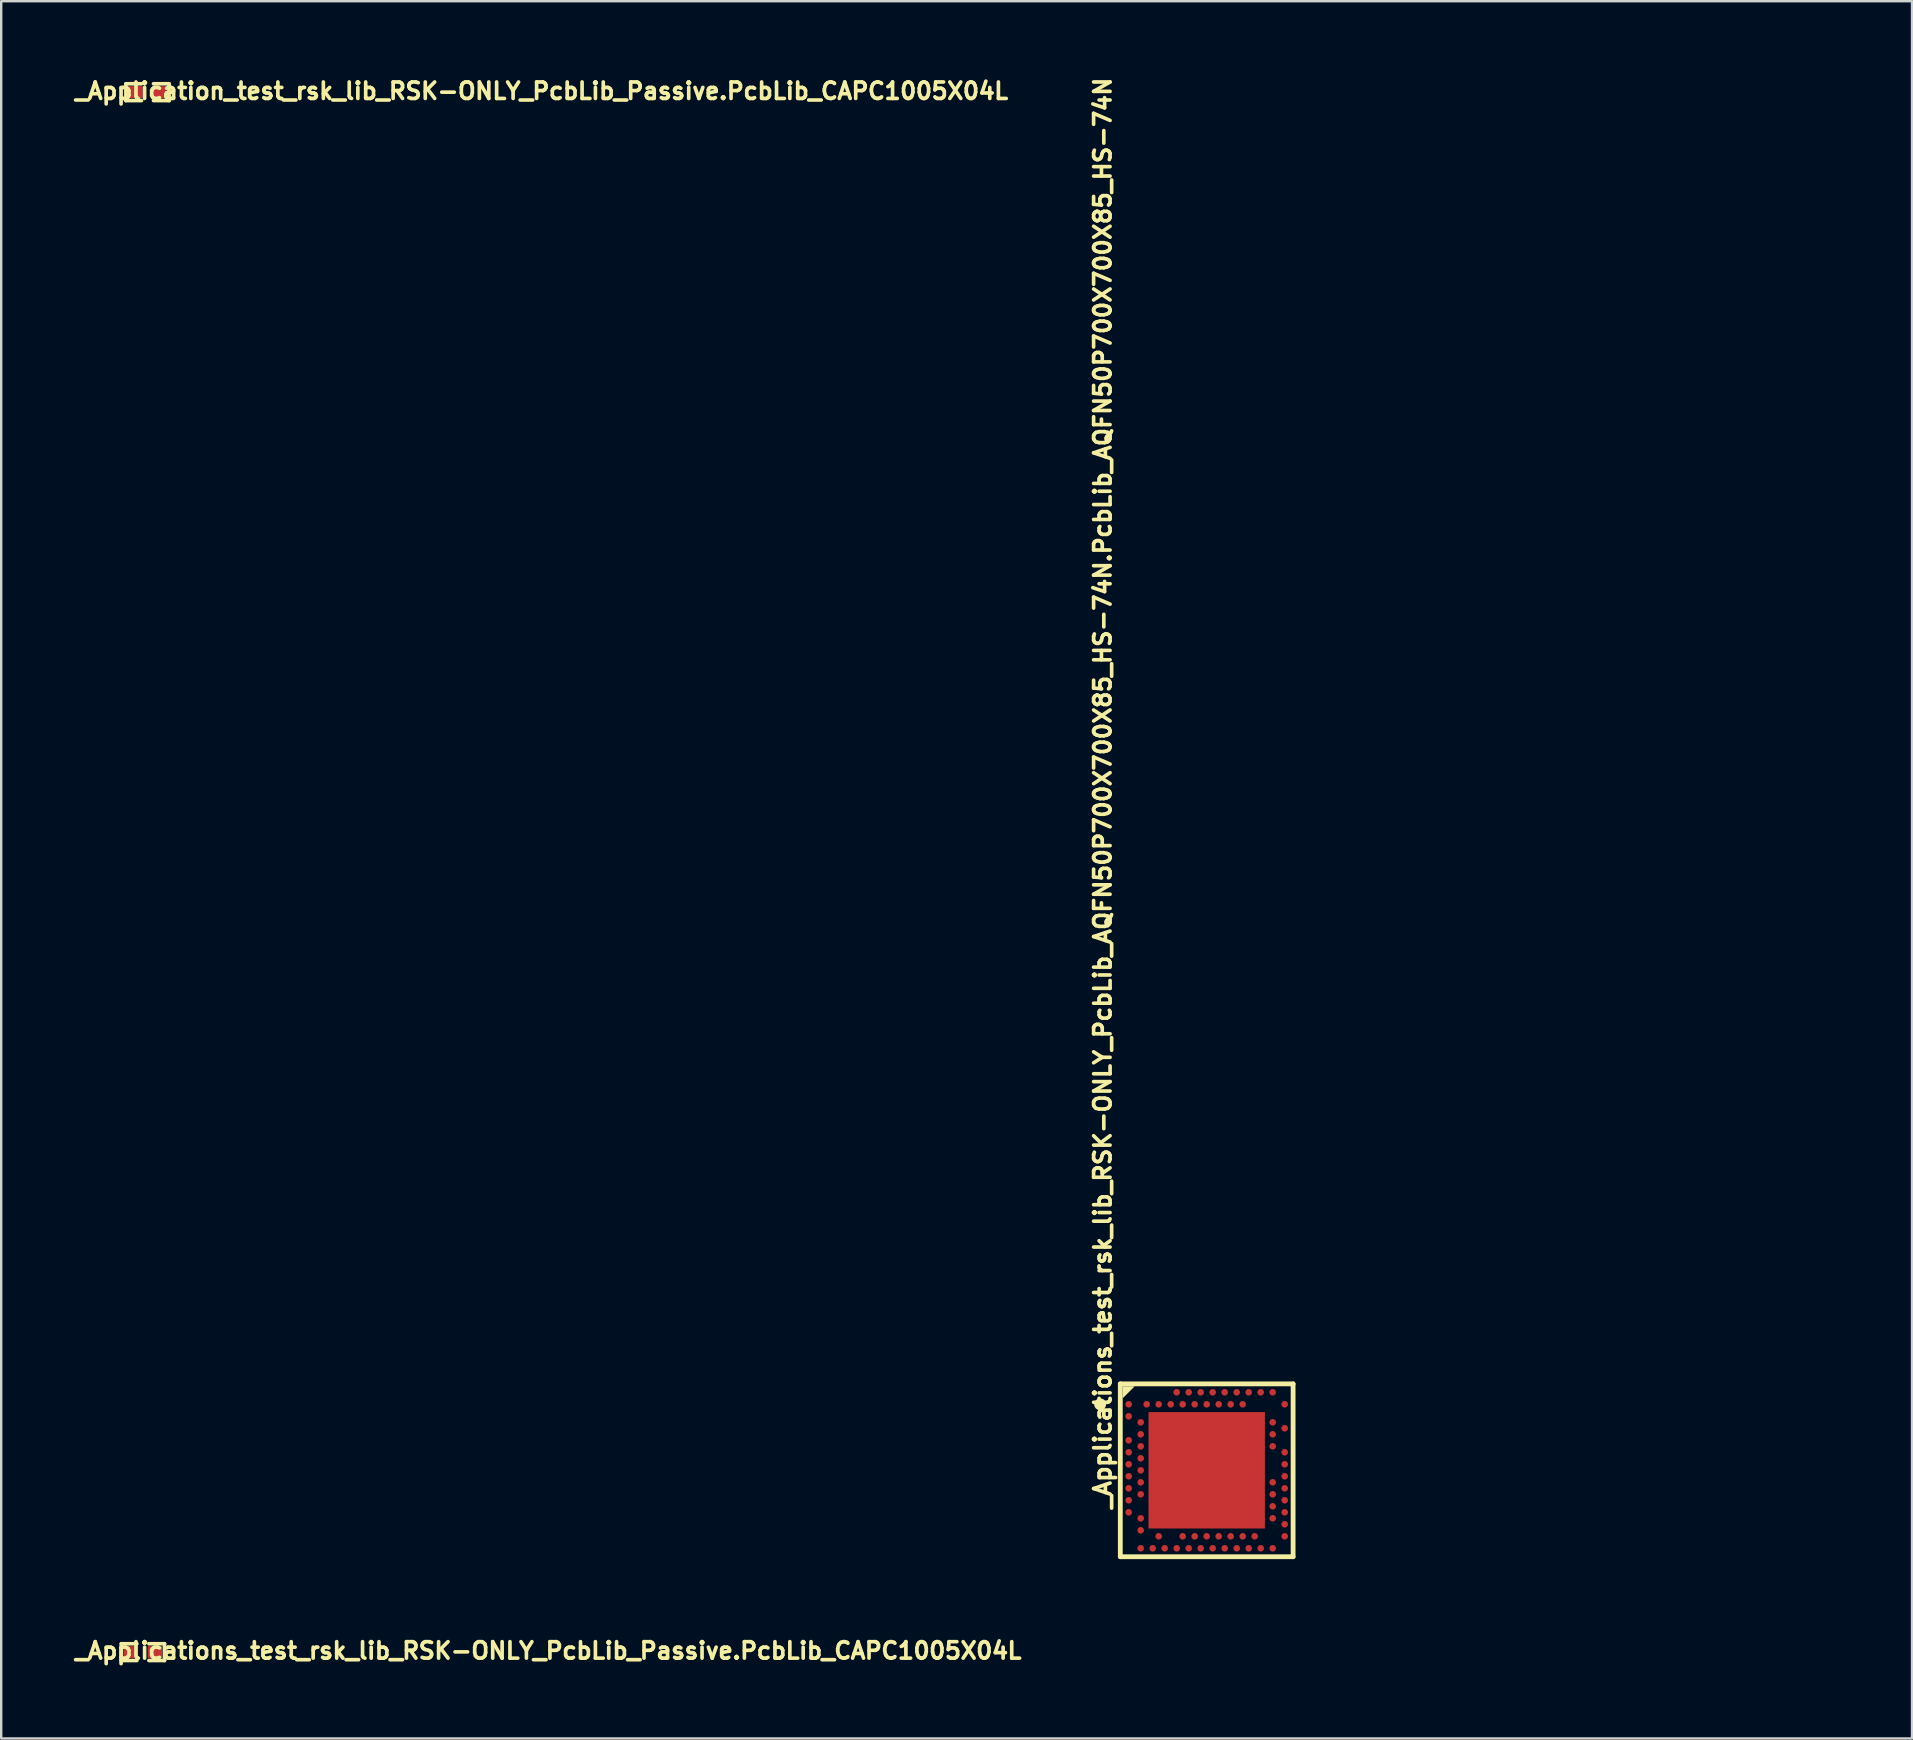
<source format=kicad_pcb>
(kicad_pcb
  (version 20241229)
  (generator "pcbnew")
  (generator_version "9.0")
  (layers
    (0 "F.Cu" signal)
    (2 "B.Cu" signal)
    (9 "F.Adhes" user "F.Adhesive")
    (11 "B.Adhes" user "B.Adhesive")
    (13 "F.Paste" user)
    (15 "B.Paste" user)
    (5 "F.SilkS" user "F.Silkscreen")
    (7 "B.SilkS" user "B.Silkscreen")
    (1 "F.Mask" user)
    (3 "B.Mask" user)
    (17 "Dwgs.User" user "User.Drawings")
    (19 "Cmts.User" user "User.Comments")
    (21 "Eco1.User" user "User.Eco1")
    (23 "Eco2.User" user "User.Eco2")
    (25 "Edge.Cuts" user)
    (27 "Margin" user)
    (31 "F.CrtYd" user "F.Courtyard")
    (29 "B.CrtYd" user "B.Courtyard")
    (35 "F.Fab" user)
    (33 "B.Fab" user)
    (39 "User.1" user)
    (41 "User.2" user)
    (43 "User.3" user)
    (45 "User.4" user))
  (footprint "_Applications_test_rsk_lib_RSK-ONLY_PcbLib_AQFN50P700X700X85_HS-74N.PcbLib_AQFN50P700X700X85_HS-74N"
    (layer "F.Cu")
    (at 47.227 58.21)
    (property "Reference" "_Applications_test_rsk_lib_RSK-ONLY_PcbLib_AQFN50P700X700X85_HS-74N.PcbLib_AQFN50P700X700X85_HS-74N" (at -3.934 1.676 90) (unlocked yes) (layer "F.SilkS") (effects (font (size 0.686 0.686) (thickness 0.152)) (justify left bottom)))
    (fp_line (start -3.6 -3.6) (end 3.6 -3.6) (stroke (width 0.2) (type solid)) (layer "F.SilkS"))
    (fp_line (start -3.6 3.6) (end -3.6 -3.6) (stroke (width 0.2) (type solid)) (layer "F.SilkS"))
    (fp_line (start -3.6 3.6) (end 3.6 3.6) (stroke (width 0.2) (type solid)) (layer "F.SilkS"))
    (fp_line (start 3.6 3.6) (end 3.6 -3.6) (stroke (width 0.2) (type solid)) (layer "F.SilkS"))
    (fp_circle (center -4.44 -2.75) (end -4.44 -2.875) (stroke (width 0.25) (type solid)) (fill no) (layer "F.SilkS"))
    (fp_poly (pts (xy -3 -3.5) (xy -3.5 -3) (xy -3.5 -3.5)) (stroke (width 0) (type default)) (fill yes) (layer "F.SilkS"))
    (fp_line (start -3.75 -3.75) (end 3.75 -3.75) (stroke (width 0.05) (type solid)) (layer "Eco1.User"))
    (fp_line (start -3.75 3.75) (end -3.75 -3.75) (stroke (width 0.05) (type solid)) (layer "Eco1.User"))
    (fp_line (start -3.75 3.75) (end 3.75 3.75) (stroke (width 0.05) (type solid)) (layer "Eco1.User"))
    (fp_line (start -0.5 0) (end 0.5 0) (stroke (width 0.1) (type solid)) (layer "Eco1.User"))
    (fp_line (start 0 0.5) (end 0 -0.5) (stroke (width 0.1) (type solid)) (layer "Eco1.User"))
    (fp_line (start 3.75 3.75) (end 3.75 -3.75) (stroke (width 0.05) (type solid)) (layer "Eco1.User"))
    (fp_line (start -3.5 -3.5) (end 3.5 -3.5) (stroke (width 0.1) (type solid)) (layer "User.7"))
    (fp_line (start -3.5 3.5) (end -3.5 -3.5) (stroke (width 0.1) (type solid)) (layer "User.7"))
    (fp_line (start -3.5 3.5) (end 3.5 3.5) (stroke (width 0.1) (type solid)) (layer "User.7"))
    (fp_line (start 3.5 3.5) (end 3.5 -3.5) (stroke (width 0.1) (type solid)) (layer "User.7"))
    (fp_circle (center -2.5 -2.5) (end -2.5 -2.873) (stroke (width 0.1) (type solid)) (fill no) (layer "User.7"))
    (fp_text user "${REFERENCE}" (at -0.178 0.152 0) (unlocked yes) (layer "User.7") (effects (font (size 0.305 0.305) (thickness 0.051)) (justify left top)))
    (pad "74" smd rect (at 0 0) (size 4.85 4.85) (layers "F.Cu" "F.Mask" "F.Paste"))
    (pad "A8" smd circle (at -1.25 -3.25) (size 0.275 0.275) (layers "F.Cu" "F.Mask" "F.Paste"))
    (pad "A10" smd circle (at -0.75 -3.25) (size 0.275 0.275) (layers "F.Cu" "F.Mask" "F.Paste"))
    (pad "A12" smd circle (at -0.25 -3.25) (size 0.275 0.275) (layers "F.Cu" "F.Mask" "F.Paste"))
    (pad "A14" smd circle (at 0.25 -3.25) (size 0.275 0.275) (layers "F.Cu" "F.Mask" "F.Paste"))
    (pad "A16" smd circle (at 0.75 -3.25) (size 0.275 0.275) (layers "F.Cu" "F.Mask" "F.Paste"))
    (pad "A18" smd circle (at 1.25 -3.25) (size 0.275 0.275) (layers "F.Cu" "F.Mask" "F.Paste"))
    (pad "A20" smd circle (at 1.75 -3.25) (size 0.275 0.275) (layers "F.Cu" "F.Mask" "F.Paste"))
    (pad "A22" smd circle (at 2.25 -3.25) (size 0.275 0.275) (layers "F.Cu" "F.Mask" "F.Paste"))
    (pad "A23" smd circle (at 2.75 -3.25) (size 0.275 0.275) (layers "F.Cu" "F.Mask" "F.Paste"))
    (pad "AA24" smd circle (at 3.25 2.25) (size 0.275 0.275) (layers "F.Cu" "F.Mask" "F.Paste"))
    (pad "AB2" smd circle (at -2.75 2.5) (size 0.275 0.275) (layers "F.Cu" "F.Mask" "F.Paste"))
    (pad "AC5" smd circle (at -2 2.75) (size 0.275 0.275) (layers "F.Cu" "F.Mask" "F.Paste"))
    (pad "AC9" smd circle (at -1 2.75) (size 0.275 0.275) (layers "F.Cu" "F.Mask" "F.Paste"))
    (pad "AC11" smd circle (at -0.5 2.75) (size 0.275 0.275) (layers "F.Cu" "F.Mask" "F.Paste"))
    (pad "AC13" smd circle (at 0 2.75) (size 0.275 0.275) (layers "F.Cu" "F.Mask" "F.Paste"))
    (pad "AC15" smd circle (at 0.5 2.75) (size 0.275 0.275) (layers "F.Cu" "F.Mask" "F.Paste"))
    (pad "AC17" smd circle (at 1 2.75) (size 0.275 0.275) (layers "F.Cu" "F.Mask" "F.Paste"))
    (pad "AC19" smd circle (at 1.5 2.75) (size 0.275 0.275) (layers "F.Cu" "F.Mask" "F.Paste"))
    (pad "AC21" smd circle (at 2 2.75) (size 0.275 0.275) (layers "F.Cu" "F.Mask" "F.Paste"))
    (pad "AC24" smd circle (at 3.25 2.75) (size 0.275 0.275) (layers "F.Cu" "F.Mask" "F.Paste"))
    (pad "AD2" smd circle (at -2.75 3.25) (size 0.275 0.275) (layers "F.Cu" "F.Mask" "F.Paste"))
    (pad "AD4" smd circle (at -2.25 3.25) (size 0.275 0.275) (layers "F.Cu" "F.Mask" "F.Paste"))
    (pad "AD6" smd circle (at -1.75 3.25) (size 0.275 0.275) (layers "F.Cu" "F.Mask" "F.Paste"))
    (pad "AD8" smd circle (at -1.25 3.25) (size 0.275 0.275) (layers "F.Cu" "F.Mask" "F.Paste"))
    (pad "AD10" smd circle (at -0.75 3.25) (size 0.275 0.275) (layers "F.Cu" "F.Mask" "F.Paste"))
    (pad "AD12" smd circle (at -0.25 3.25) (size 0.275 0.275) (layers "F.Cu" "F.Mask" "F.Paste"))
    (pad "AD14" smd circle (at 0.25 3.25) (size 0.275 0.275) (layers "F.Cu" "F.Mask" "F.Paste"))
    (pad "AD16" smd circle (at 0.75 3.25) (size 0.275 0.275) (layers "F.Cu" "F.Mask" "F.Paste"))
    (pad "AD18" smd circle (at 1.25 3.25) (size 0.275 0.275) (layers "F.Cu" "F.Mask" "F.Paste"))
    (pad "AD20" smd circle (at 1.75 3.25) (size 0.275 0.275) (layers "F.Cu" "F.Mask" "F.Paste"))
    (pad "AD22" smd circle (at 2.25 3.25) (size 0.275 0.275) (layers "F.Cu" "F.Mask" "F.Paste"))
    (pad "AD23" smd circle (at 2.75 3.25) (size 0.275 0.275) (layers "F.Cu" "F.Mask" "F.Paste"))
    (pad "B1" smd circle (at -3.25 -2.75) (size 0.275 0.275) (layers "F.Cu" "F.Mask" "F.Paste"))
    (pad "B3" smd circle (at -2.5 -2.75) (size 0.275 0.275) (layers "F.Cu" "F.Mask" "F.Paste"))
    (pad "B5" smd circle (at -2 -2.75) (size 0.275 0.275) (layers "F.Cu" "F.Mask" "F.Paste"))
    (pad "B7" smd circle (at -1.5 -2.75) (size 0.275 0.275) (layers "F.Cu" "F.Mask" "F.Paste"))
    (pad "B9" smd circle (at -1 -2.75) (size 0.275 0.275) (layers "F.Cu" "F.Mask" "F.Paste"))
    (pad "B11" smd circle (at -0.5 -2.75) (size 0.275 0.275) (layers "F.Cu" "F.Mask" "F.Paste"))
    (pad "B13" smd circle (at 0 -2.75) (size 0.275 0.275) (layers "F.Cu" "F.Mask" "F.Paste"))
    (pad "B15" smd circle (at 0.5 -2.75) (size 0.275 0.275) (layers "F.Cu" "F.Mask" "F.Paste"))
    (pad "B17" smd circle (at 1 -2.75) (size 0.275 0.275) (layers "F.Cu" "F.Mask" "F.Paste"))
    (pad "B19" smd circle (at 1.5 -2.75) (size 0.275 0.275) (layers "F.Cu" "F.Mask" "F.Paste"))
    (pad "B24" smd circle (at 3.25 -2.75) (size 0.275 0.275) (layers "F.Cu" "F.Mask" "F.Paste"))
    (pad "C1" smd circle (at -3.25 -2.25) (size 0.275 0.275) (layers "F.Cu" "F.Mask" "F.Paste"))
    (pad "D2" smd circle (at -2.75 -2) (size 0.275 0.275) (layers "F.Cu" "F.Mask" "F.Paste"))
    (pad "D23" smd circle (at 2.75 -2) (size 0.275 0.275) (layers "F.Cu" "F.Mask" "F.Paste"))
    (pad "E24" smd circle (at 3.25 -1.75) (size 0.275 0.275) (layers "F.Cu" "F.Mask" "F.Paste"))
    (pad "F2" smd circle (at -2.75 -1.5) (size 0.275 0.275) (layers "F.Cu" "F.Mask" "F.Paste"))
    (pad "F23" smd circle (at 2.75 -1.5) (size 0.275 0.275) (layers "F.Cu" "F.Mask" "F.Paste"))
    (pad "G1" smd circle (at -3.25 -1.25) (size 0.275 0.275) (layers "F.Cu" "F.Mask" "F.Paste"))
    (pad "H2" smd circle (at -2.75 -1) (size 0.275 0.275) (layers "F.Cu" "F.Mask" "F.Paste"))
    (pad "H23" smd circle (at 2.75 -1) (size 0.275 0.275) (layers "F.Cu" "F.Mask" "F.Paste"))
    (pad "J1" smd circle (at -3.25 -0.75) (size 0.275 0.275) (layers "F.Cu" "F.Mask" "F.Paste"))
    (pad "J24" smd circle (at 3.25 -0.75) (size 0.275 0.275) (layers "F.Cu" "F.Mask" "F.Paste"))
    (pad "K2" smd circle (at -2.75 -0.5) (size 0.275 0.275) (layers "F.Cu" "F.Mask" "F.Paste"))
    (pad "L1" smd circle (at -3.25 -0.25) (size 0.275 0.275) (layers "F.Cu" "F.Mask" "F.Paste"))
    (pad "L24" smd circle (at 3.25 -0.25) (size 0.275 0.275) (layers "F.Cu" "F.Mask" "F.Paste"))
    (pad "M2" smd circle (at -2.75 0) (size 0.275 0.275) (layers "F.Cu" "F.Mask" "F.Paste"))
    (pad "N1" smd circle (at -3.25 0.25) (size 0.275 0.275) (layers "F.Cu" "F.Mask" "F.Paste"))
    (pad "N24" smd circle (at 3.25 0.25) (size 0.275 0.275) (layers "F.Cu" "F.Mask" "F.Paste"))
    (pad "P2" smd circle (at -2.75 0.5) (size 0.275 0.275) (layers "F.Cu" "F.Mask" "F.Paste"))
    (pad "P23" smd circle (at 2.75 0.5) (size 0.275 0.275) (layers "F.Cu" "F.Mask" "F.Paste"))
    (pad "R1" smd circle (at -3.25 0.75) (size 0.275 0.275) (layers "F.Cu" "F.Mask" "F.Paste"))
    (pad "R24" smd circle (at 3.25 0.75) (size 0.275 0.275) (layers "F.Cu" "F.Mask" "F.Paste"))
    (pad "T2" smd circle (at -2.75 1) (size 0.275 0.275) (layers "F.Cu" "F.Mask" "F.Paste"))
    (pad "T23" smd circle (at 2.75 1) (size 0.275 0.275) (layers "F.Cu" "F.Mask" "F.Paste"))
    (pad "U1" smd circle (at -3.25 1.25) (size 0.275 0.275) (layers "F.Cu" "F.Mask" "F.Paste"))
    (pad "U24" smd circle (at 3.25 1.25) (size 0.275 0.275) (layers "F.Cu" "F.Mask" "F.Paste"))
    (pad "V23" smd circle (at 2.75 1.5) (size 0.275 0.275) (layers "F.Cu" "F.Mask" "F.Paste"))
    (pad "W1" smd circle (at -3.25 1.75) (size 0.275 0.275) (layers "F.Cu" "F.Mask" "F.Paste"))
    (pad "W24" smd circle (at 3.25 1.75) (size 0.275 0.275) (layers "F.Cu" "F.Mask" "F.Paste"))
    (pad "Y2" smd circle (at -2.75 2) (size 0.275 0.275) (layers "F.Cu" "F.Mask" "F.Paste"))
    (pad "Y23" smd circle (at 2.75 2) (size 0.275 0.275) (layers "F.Cu" "F.Mask" "F.Paste")))
  (footprint "_Application_test_rsk_lib_RSK-ONLY_PcbLib_Passive.PcbLib_CAPC1005X04L"
    (layer "F.Cu")
    (at 3.095 0.791)
    (property "Reference" "_Application_test_rsk_lib_RSK-ONLY_PcbLib_Passive.PcbLib_CAPC1005X04L" (at -3.095 0.352 0) (unlocked yes) (layer "F.SilkS") (effects (font (size 0.686 0.686) (thickness 0.152)) (justify left bottom)))
    (fp_line (start -0.9 -0.35) (end -0.9 0.35) (stroke (width 0.152) (type solid)) (layer "F.SilkS"))
    (fp_line (start -0.9 -0.35) (end -0.25 -0.35) (stroke (width 0.152) (type solid)) (layer "F.SilkS"))
    (fp_line (start -0.9 0.35) (end -0.25 0.35) (stroke (width 0.152) (type solid)) (layer "F.SilkS"))
    (fp_line (start 0.25 -0.35) (end 0.9 -0.35) (stroke (width 0.152) (type solid)) (layer "F.SilkS"))
    (fp_line (start 0.25 0.35) (end 0.9 0.35) (stroke (width 0.152) (type solid)) (layer "F.SilkS"))
    (fp_line (start 0.9 -0.35) (end 0.9 0.35) (stroke (width 0.152) (type solid)) (layer "F.SilkS"))
    (fp_line (start -0.9 -0.35) (end -0.9 0.35) (stroke (width 0.1) (type solid)) (layer "Eco1.User"))
    (fp_line (start -0.9 -0.35) (end 0.9 -0.35) (stroke (width 0.1) (type solid)) (layer "Eco1.User"))
    (fp_line (start -0.9 0.35) (end 0.9 0.35) (stroke (width 0.1) (type solid)) (layer "Eco1.User"))
    (fp_line (start -0.275 0) (end 0.275 0) (stroke (width 0.1) (type solid)) (layer "Eco1.User"))
    (fp_line (start 0 -0.275) (end 0 0.275) (stroke (width 0.1) (type solid)) (layer "Eco1.User"))
    (fp_line (start 0.9 -0.35) (end 0.9 0.35) (stroke (width 0.1) (type solid)) (layer "Eco1.User"))
    (fp_line (start -0.525 -0.275) (end -0.525 0.275) (stroke (width 0.1) (type solid)) (layer "User.7"))
    (fp_line (start -0.525 -0.275) (end 0.525 -0.275) (stroke (width 0.1) (type solid)) (layer "User.7"))
    (fp_line (start -0.525 0.275) (end 0.525 0.275) (stroke (width 0.1) (type solid)) (layer "User.7"))
    (fp_line (start 0.525 -0.275) (end 0.525 0.275) (stroke (width 0.1) (type solid)) (layer "User.7"))
    (fp_text user "${REFERENCE}" (at -0.432 0.152 0) (unlocked yes) (layer "User.7") (effects (font (size 0.305 0.305) (thickness 0.051)) (justify left top)))
    (pad "1" smd rect (at -0.5 0 90) (size 0.5 0.6) (layers "F.Cu" "F.Mask" "F.Paste"))
    (pad "2" smd rect (at 0.5 0 90) (size 0.5 0.6) (layers "F.Cu" "F.Mask" "F.Paste")))
  (footprint "_Applications_test_rsk_lib_RSK-ONLY_PcbLib_Passive.PcbLib_CAPC1005X04L"
    (layer "F.Cu")
    (at 2.904 65.786)
    (property "Reference" "_Applications_test_rsk_lib_RSK-ONLY_PcbLib_Passive.PcbLib_CAPC1005X04L" (at -2.904 0.342 0) (unlocked yes) (layer "F.SilkS") (effects (font (size 0.686 0.686) (thickness 0.152)) (justify left bottom)))
    (fp_line (start -0.9 -0.35) (end -0.9 0.35) (stroke (width 0.152) (type solid)) (layer "F.SilkS"))
    (fp_line (start -0.9 -0.35) (end -0.25 -0.35) (stroke (width 0.152) (type solid)) (layer "F.SilkS"))
    (fp_line (start -0.9 0.35) (end -0.25 0.35) (stroke (width 0.152) (type solid)) (layer "F.SilkS"))
    (fp_line (start 0.25 -0.35) (end 0.9 -0.35) (stroke (width 0.152) (type solid)) (layer "F.SilkS"))
    (fp_line (start 0.25 0.35) (end 0.9 0.35) (stroke (width 0.152) (type solid)) (layer "F.SilkS"))
    (fp_line (start 0.9 -0.35) (end 0.9 0.35) (stroke (width 0.152) (type solid)) (layer "F.SilkS"))
    (fp_line (start -0.9 -0.35) (end -0.9 0.35) (stroke (width 0.1) (type solid)) (layer "Eco1.User"))
    (fp_line (start -0.9 -0.35) (end 0.9 -0.35) (stroke (width 0.1) (type solid)) (layer "Eco1.User"))
    (fp_line (start -0.9 0.35) (end 0.9 0.35) (stroke (width 0.1) (type solid)) (layer "Eco1.User"))
    (fp_line (start -0.275 0) (end 0.275 0) (stroke (width 0.1) (type solid)) (layer "Eco1.User"))
    (fp_line (start 0 -0.275) (end 0 0.275) (stroke (width 0.1) (type solid)) (layer "Eco1.User"))
    (fp_line (start 0.9 -0.35) (end 0.9 0.35) (stroke (width 0.1) (type solid)) (layer "Eco1.User"))
    (fp_line (start -0.525 -0.275) (end -0.525 0.275) (stroke (width 0.1) (type solid)) (layer "User.7"))
    (fp_line (start -0.525 -0.275) (end 0.525 -0.275) (stroke (width 0.1) (type solid)) (layer "User.7"))
    (fp_line (start -0.525 0.275) (end 0.525 0.275) (stroke (width 0.1) (type solid)) (layer "User.7"))
    (fp_line (start 0.525 -0.275) (end 0.525 0.275) (stroke (width 0.1) (type solid)) (layer "User.7"))
    (fp_text user "${REFERENCE}" (at -0.39 0.139 0) (unlocked yes) (layer "User.7") (effects (font (size 0.305 0.305) (thickness 0.051)) (justify left top)))
    (pad "1" smd rect (at -0.5 0 90) (size 0.5 0.6) (layers "F.Cu" "F.Mask" "F.Paste"))
    (pad "2" smd rect (at 0.5 0 90) (size 0.5 0.6) (layers "F.Cu" "F.Mask" "F.Paste")))
  (gr_rect
    (start -3 -3)
    (end 76.614 69.382)
    (stroke (width 0.1) (type default))
    (fill no)
    (layer "Edge.Cuts")))
</source>
